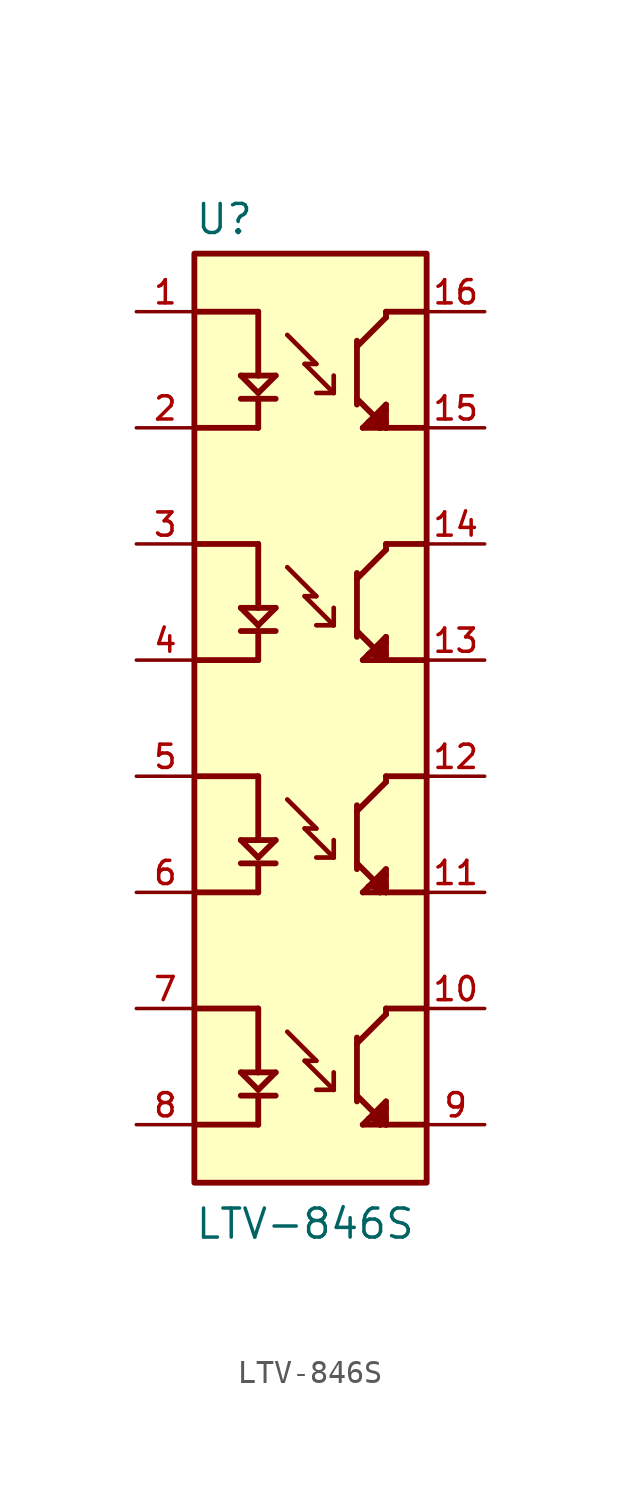
<source format=kicad_sym>
(kicad_symbol_lib
  (version 20241209)
  (generator "kicad_symbol_editor")
  (generator_version "9.0")
  (symbol "LTV-846S"
    (pin_names
      (offset 1.016))
    (property "Reference" "U"
      (at -5.08 21.082 0)
      (effects (font (size 1.27 1.27)) (justify left bottom)))
    (property "Value" "LTV-846S"
      (at -5.08 -22.86 0)
      (effects (font (size 1.27 1.27)) (justify left bottom)))
    (symbol "LTV-846S_0_0"
      (polyline (pts (xy -5.08 17.78) (xy -2.286 17.78)) (stroke (width 0.254) (type default)) (fill (type none)))
      (polyline (pts (xy -5.08 7.62) (xy -2.286 7.62)) (stroke (width 0.254) (type default)) (fill (type none)))
      (polyline (pts (xy -5.08 -2.54) (xy -2.286 -2.54)) (stroke (width 0.254) (type default)) (fill (type none)))
      (polyline (pts (xy -5.08 -12.7) (xy -2.286 -12.7)) (stroke (width 0.254) (type default)) (fill (type none)))
      (rectangle (start -5.08 -20.32) (end 5.08 20.32) (stroke (width 0.254) (type default)) (fill (type background)))
      (polyline (pts (xy -3.048 14.986) (xy -2.286 14.224)) (stroke (width 0.254) (type default)) (fill (type none)))
      (polyline (pts (xy -3.048 13.97) (xy -1.524 13.97)) (stroke (width 0.254) (type default)) (fill (type none)))
      (polyline (pts (xy -3.048 4.826) (xy -2.286 4.064)) (stroke (width 0.254) (type default)) (fill (type none)))
      (polyline (pts (xy -3.048 3.81) (xy -1.524 3.81)) (stroke (width 0.254) (type default)) (fill (type none)))
      (polyline (pts (xy -3.048 -5.334) (xy -2.286 -6.096)) (stroke (width 0.254) (type default)) (fill (type none)))
      (polyline (pts (xy -3.048 -6.35) (xy -1.524 -6.35)) (stroke (width 0.254) (type default)) (fill (type none)))
      (polyline (pts (xy -3.048 -15.494) (xy -2.286 -16.256)) (stroke (width 0.254) (type default)) (fill (type none)))
      (polyline (pts (xy -3.048 -16.51) (xy -1.524 -16.51)) (stroke (width 0.254) (type default)) (fill (type none)))
      (polyline (pts (xy -2.286 17.78) (xy -2.286 14.986)) (stroke (width 0.254) (type default)) (fill (type none)))
      (polyline (pts (xy -2.286 14.986) (xy -3.048 14.986)) (stroke (width 0.254) (type default)) (fill (type none)))
      (polyline (pts (xy -2.286 14.986) (xy -1.524 14.986)) (stroke (width 0.254) (type default)) (fill (type none)))
      (polyline (pts (xy -2.286 14.224) (xy -1.524 14.986)) (stroke (width 0.254) (type default)) (fill (type none)))
      (polyline (pts (xy -2.286 13.97) (xy -2.286 12.7)) (stroke (width 0.254) (type default)) (fill (type none)))
      (polyline (pts (xy -2.286 12.7) (xy -5.08 12.7)) (stroke (width 0.254) (type default)) (fill (type none)))
      (polyline (pts (xy -2.286 7.62) (xy -2.286 4.826)) (stroke (width 0.254) (type default)) (fill (type none)))
      (polyline (pts (xy -2.286 4.826) (xy -3.048 4.826)) (stroke (width 0.254) (type default)) (fill (type none)))
      (polyline (pts (xy -2.286 4.826) (xy -1.524 4.826)) (stroke (width 0.254) (type default)) (fill (type none)))
      (polyline (pts (xy -2.286 4.064) (xy -1.524 4.826)) (stroke (width 0.254) (type default)) (fill (type none)))
      (polyline (pts (xy -2.286 3.81) (xy -2.286 2.54)) (stroke (width 0.254) (type default)) (fill (type none)))
      (polyline (pts (xy -2.286 2.54) (xy -5.08 2.54)) (stroke (width 0.254) (type default)) (fill (type none)))
      (polyline (pts (xy -2.286 -2.54) (xy -2.286 -5.334)) (stroke (width 0.254) (type default)) (fill (type none)))
      (polyline (pts (xy -2.286 -5.334) (xy -3.048 -5.334)) (stroke (width 0.254) (type default)) (fill (type none)))
      (polyline (pts (xy -2.286 -5.334) (xy -1.524 -5.334)) (stroke (width 0.254) (type default)) (fill (type none)))
      (polyline (pts (xy -2.286 -6.096) (xy -1.524 -5.334)) (stroke (width 0.254) (type default)) (fill (type none)))
      (polyline (pts (xy -2.286 -6.35) (xy -2.286 -7.62)) (stroke (width 0.254) (type default)) (fill (type none)))
      (polyline (pts (xy -2.286 -7.62) (xy -5.08 -7.62)) (stroke (width 0.254) (type default)) (fill (type none)))
      (polyline (pts (xy -2.286 -12.7) (xy -2.286 -15.494)) (stroke (width 0.254) (type default)) (fill (type none)))
      (polyline (pts (xy -2.286 -15.494) (xy -3.048 -15.494)) (stroke (width 0.254) (type default)) (fill (type none)))
      (polyline (pts (xy -2.286 -15.494) (xy -1.524 -15.494)) (stroke (width 0.254) (type default)) (fill (type none)))
      (polyline (pts (xy -2.286 -16.256) (xy -1.524 -15.494)) (stroke (width 0.254) (type default)) (fill (type none)))
      (polyline (pts (xy -2.286 -16.51) (xy -2.286 -17.78)) (stroke (width 0.254) (type default)) (fill (type none)))
      (polyline (pts (xy -2.286 -17.78) (xy -5.08 -17.78)) (stroke (width 0.254) (type default)) (fill (type none)))
      (polyline (pts (xy -1.016 16.764) (xy 0.254 15.494)) (stroke (width 0.203) (type default)) (fill (type none)))
      (polyline (pts (xy -1.016 6.604) (xy 0.254 5.334)) (stroke (width 0.203) (type default)) (fill (type none)))
      (polyline (pts (xy -1.016 -3.556) (xy 0.254 -4.826)) (stroke (width 0.203) (type default)) (fill (type none)))
      (polyline (pts (xy -1.016 -13.716) (xy 0.254 -14.986)) (stroke (width 0.203) (type default)) (fill (type none)))
      (polyline (pts (xy -0.254 15.494) (xy 1.016 14.224)) (stroke (width 0.203) (type default)) (fill (type none)))
      (polyline (pts (xy -0.254 5.334) (xy 1.016 4.064)) (stroke (width 0.203) (type default)) (fill (type none)))
      (polyline (pts (xy -0.254 -4.826) (xy 1.016 -6.096)) (stroke (width 0.203) (type default)) (fill (type none)))
      (polyline (pts (xy -0.254 -14.986) (xy 1.016 -16.256)) (stroke (width 0.203) (type default)) (fill (type none)))
      (polyline (pts (xy 0.254 15.494) (xy -0.254 15.494)) (stroke (width 0.203) (type default)) (fill (type none)))
      (polyline (pts (xy 0.254 5.334) (xy -0.254 5.334)) (stroke (width 0.203) (type default)) (fill (type none)))
      (polyline (pts (xy 0.254 -4.826) (xy -0.254 -4.826)) (stroke (width 0.203) (type default)) (fill (type none)))
      (polyline (pts (xy 0.254 -14.986) (xy -0.254 -14.986)) (stroke (width 0.203) (type default)) (fill (type none)))
      (polyline (pts (xy 1.016 14.224) (xy 0.254 14.224)) (stroke (width 0.203) (type default)) (fill (type none)))
      (polyline (pts (xy 1.016 14.224) (xy 1.016 14.986)) (stroke (width 0.203) (type default)) (fill (type none)))
      (polyline (pts (xy 1.016 4.064) (xy 0.254 4.064)) (stroke (width 0.203) (type default)) (fill (type none)))
      (polyline (pts (xy 1.016 4.064) (xy 1.016 4.826)) (stroke (width 0.203) (type default)) (fill (type none)))
      (polyline (pts (xy 1.016 -6.096) (xy 0.254 -6.096)) (stroke (width 0.203) (type default)) (fill (type none)))
      (polyline (pts (xy 1.016 -6.096) (xy 1.016 -5.334)) (stroke (width 0.203) (type default)) (fill (type none)))
      (polyline (pts (xy 1.016 -16.256) (xy 0.254 -16.256)) (stroke (width 0.203) (type default)) (fill (type none)))
      (polyline (pts (xy 1.016 -16.256) (xy 1.016 -15.494)) (stroke (width 0.203) (type default)) (fill (type none)))
      (polyline (pts (xy 2.032 16.256) (xy 2.032 16.51)) (stroke (width 0.254) (type default)) (fill (type none)))
      (polyline (pts (xy 2.032 16.256) (xy 2.032 13.97)) (stroke (width 0.254) (type default)) (fill (type none)))
      (polyline (pts (xy 2.032 13.97) (xy 2.032 13.716)) (stroke (width 0.254) (type default)) (fill (type none)))
      (polyline (pts (xy 2.032 13.97) (xy 3.302 12.7)) (stroke (width 0.254) (type default)) (fill (type none)))
      (polyline (pts (xy 2.032 6.096) (xy 2.032 6.35)) (stroke (width 0.254) (type default)) (fill (type none)))
      (polyline (pts (xy 2.032 6.096) (xy 2.032 3.81)) (stroke (width 0.254) (type default)) (fill (type none)))
      (polyline (pts (xy 2.032 3.81) (xy 2.032 3.556)) (stroke (width 0.254) (type default)) (fill (type none)))
      (polyline (pts (xy 2.032 3.81) (xy 3.302 2.54)) (stroke (width 0.254) (type default)) (fill (type none)))
      (polyline (pts (xy 2.032 -4.064) (xy 2.032 -3.81)) (stroke (width 0.254) (type default)) (fill (type none)))
      (polyline (pts (xy 2.032 -4.064) (xy 2.032 -6.35)) (stroke (width 0.254) (type default)) (fill (type none)))
      (polyline (pts (xy 2.032 -6.35) (xy 2.032 -6.604)) (stroke (width 0.254) (type default)) (fill (type none)))
      (polyline (pts (xy 2.032 -6.35) (xy 3.302 -7.62)) (stroke (width 0.254) (type default)) (fill (type none)))
      (polyline (pts (xy 2.032 -14.224) (xy 2.032 -13.97)) (stroke (width 0.254) (type default)) (fill (type none)))
      (polyline (pts (xy 2.032 -14.224) (xy 2.032 -16.51)) (stroke (width 0.254) (type default)) (fill (type none)))
      (polyline (pts (xy 2.032 -16.51) (xy 2.032 -16.764)) (stroke (width 0.254) (type default)) (fill (type none)))
      (polyline (pts (xy 2.032 -16.51) (xy 3.302 -17.78)) (stroke (width 0.254) (type default)) (fill (type none)))
      (polyline (pts (xy 2.286 12.7) (xy 3.048 12.7)) (stroke (width 0.254) (type default)) (fill (type none)))
      (polyline (pts (xy 2.286 2.54) (xy 3.048 2.54)) (stroke (width 0.254) (type default)) (fill (type none)))
      (polyline (pts (xy 2.286 -7.62) (xy 3.048 -7.62)) (stroke (width 0.254) (type default)) (fill (type none)))
      (polyline (pts (xy 2.286 -17.78) (xy 3.048 -17.78)) (stroke (width 0.254) (type default)) (fill (type none)))
      (polyline (pts (xy 2.54 12.954) (xy 2.286 12.7)) (stroke (width 0.254) (type default)) (fill (type none)))
      (polyline (pts (xy 2.54 12.954) (xy 2.794 12.954)) (stroke (width 0.254) (type default)) (fill (type none)))
      (polyline (pts (xy 2.54 2.794) (xy 2.286 2.54)) (stroke (width 0.254) (type default)) (fill (type none)))
      (polyline (pts (xy 2.54 2.794) (xy 2.794 2.794)) (stroke (width 0.254) (type default)) (fill (type none)))
      (polyline (pts (xy 2.54 -7.366) (xy 2.286 -7.62)) (stroke (width 0.254) (type default)) (fill (type none)))
      (polyline (pts (xy 2.54 -7.366) (xy 2.794 -7.366)) (stroke (width 0.254) (type default)) (fill (type none)))
      (polyline (pts (xy 2.54 -17.526) (xy 2.286 -17.78)) (stroke (width 0.254) (type default)) (fill (type none)))
      (polyline (pts (xy 2.54 -17.526) (xy 2.794 -17.526)) (stroke (width 0.254) (type default)) (fill (type none)))
      (polyline (pts (xy 2.794 12.954) (xy 3.048 12.7)) (stroke (width 0.254) (type default)) (fill (type none)))
      (polyline (pts (xy 2.794 2.794) (xy 3.048 2.54)) (stroke (width 0.254) (type default)) (fill (type none)))
      (polyline (pts (xy 2.794 -7.366) (xy 3.048 -7.62)) (stroke (width 0.254) (type default)) (fill (type none)))
      (polyline (pts (xy 2.794 -17.526) (xy 3.048 -17.78)) (stroke (width 0.254) (type default)) (fill (type none)))
      (polyline (pts (xy 3.048 13.208) (xy 2.794 12.954)) (stroke (width 0.254) (type default)) (fill (type none)))
      (polyline (pts (xy 3.048 13.208) (xy 3.302 13.462)) (stroke (width 0.254) (type default)) (fill (type none)))
      (polyline (pts (xy 3.048 12.7) (xy 3.048 13.208)) (stroke (width 0.254) (type default)) (fill (type none)))
      (polyline (pts (xy 3.048 12.7) (xy 3.302 12.7)) (stroke (width 0.254) (type default)) (fill (type none)))
      (polyline (pts (xy 3.048 3.048) (xy 2.794 2.794)) (stroke (width 0.254) (type default)) (fill (type none)))
      (polyline (pts (xy 3.048 3.048) (xy 3.302 3.302)) (stroke (width 0.254) (type default)) (fill (type none)))
      (polyline (pts (xy 3.048 2.54) (xy 3.048 3.048)) (stroke (width 0.254) (type default)) (fill (type none)))
      (polyline (pts (xy 3.048 2.54) (xy 3.302 2.54)) (stroke (width 0.254) (type default)) (fill (type none)))
      (polyline (pts (xy 3.048 -7.112) (xy 2.794 -7.366)) (stroke (width 0.254) (type default)) (fill (type none)))
      (polyline (pts (xy 3.048 -7.112) (xy 3.302 -6.858)) (stroke (width 0.254) (type default)) (fill (type none)))
      (polyline (pts (xy 3.048 -7.62) (xy 3.048 -7.112)) (stroke (width 0.254) (type default)) (fill (type none)))
      (polyline (pts (xy 3.048 -7.62) (xy 3.302 -7.62)) (stroke (width 0.254) (type default)) (fill (type none)))
      (polyline (pts (xy 3.048 -17.272) (xy 2.794 -17.526)) (stroke (width 0.254) (type default)) (fill (type none)))
      (polyline (pts (xy 3.048 -17.272) (xy 3.302 -17.018)) (stroke (width 0.254) (type default)) (fill (type none)))
      (polyline (pts (xy 3.048 -17.78) (xy 3.048 -17.272)) (stroke (width 0.254) (type default)) (fill (type none)))
      (polyline (pts (xy 3.048 -17.78) (xy 3.302 -17.78)) (stroke (width 0.254) (type default)) (fill (type none)))
      (polyline (pts (xy 3.302 17.78) (xy 3.302 17.526)) (stroke (width 0.254) (type default)) (fill (type none)))
      (polyline (pts (xy 3.302 17.526) (xy 2.032 16.256)) (stroke (width 0.254) (type default)) (fill (type none)))
      (polyline (pts (xy 3.302 13.716) (xy 2.54 12.954)) (stroke (width 0.254) (type default)) (fill (type none)))
      (polyline (pts (xy 3.302 13.462) (xy 3.302 13.716)) (stroke (width 0.254) (type default)) (fill (type none)))
      (polyline (pts (xy 3.302 12.954) (xy 3.048 13.208)) (stroke (width 0.254) (type default)) (fill (type none)))
      (polyline (pts (xy 3.302 12.954) (xy 3.302 13.462)) (stroke (width 0.254) (type default)) (fill (type none)))
      (polyline (pts (xy 3.302 12.7) (xy 3.302 12.954)) (stroke (width 0.254) (type default)) (fill (type none)))
      (polyline (pts (xy 3.302 12.7) (xy 5.08 12.7)) (stroke (width 0.254) (type default)) (fill (type none)))
      (polyline (pts (xy 3.302 7.62) (xy 3.302 7.366)) (stroke (width 0.254) (type default)) (fill (type none)))
      (polyline (pts (xy 3.302 7.366) (xy 2.032 6.096)) (stroke (width 0.254) (type default)) (fill (type none)))
      (polyline (pts (xy 3.302 3.556) (xy 2.54 2.794)) (stroke (width 0.254) (type default)) (fill (type none)))
      (polyline (pts (xy 3.302 3.302) (xy 3.302 3.556)) (stroke (width 0.254) (type default)) (fill (type none)))
      (polyline (pts (xy 3.302 2.794) (xy 3.048 3.048)) (stroke (width 0.254) (type default)) (fill (type none)))
      (polyline (pts (xy 3.302 2.794) (xy 3.302 3.302)) (stroke (width 0.254) (type default)) (fill (type none)))
      (polyline (pts (xy 3.302 2.54) (xy 3.302 2.794)) (stroke (width 0.254) (type default)) (fill (type none)))
      (polyline (pts (xy 3.302 2.54) (xy 5.08 2.54)) (stroke (width 0.254) (type default)) (fill (type none)))
      (polyline (pts (xy 3.302 -2.54) (xy 3.302 -2.794)) (stroke (width 0.254) (type default)) (fill (type none)))
      (polyline (pts (xy 3.302 -2.794) (xy 2.032 -4.064)) (stroke (width 0.254) (type default)) (fill (type none)))
      (polyline (pts (xy 3.302 -6.604) (xy 2.54 -7.366)) (stroke (width 0.254) (type default)) (fill (type none)))
      (polyline (pts (xy 3.302 -6.858) (xy 3.302 -6.604)) (stroke (width 0.254) (type default)) (fill (type none)))
      (polyline (pts (xy 3.302 -7.366) (xy 3.048 -7.112)) (stroke (width 0.254) (type default)) (fill (type none)))
      (polyline (pts (xy 3.302 -7.366) (xy 3.302 -6.858)) (stroke (width 0.254) (type default)) (fill (type none)))
      (polyline (pts (xy 3.302 -7.62) (xy 3.302 -7.366)) (stroke (width 0.254) (type default)) (fill (type none)))
      (polyline (pts (xy 3.302 -7.62) (xy 5.08 -7.62)) (stroke (width 0.254) (type default)) (fill (type none)))
      (polyline (pts (xy 3.302 -12.7) (xy 3.302 -12.954)) (stroke (width 0.254) (type default)) (fill (type none)))
      (polyline (pts (xy 3.302 -12.954) (xy 2.032 -14.224)) (stroke (width 0.254) (type default)) (fill (type none)))
      (polyline (pts (xy 3.302 -16.764) (xy 2.54 -17.526)) (stroke (width 0.254) (type default)) (fill (type none)))
      (polyline (pts (xy 3.302 -17.018) (xy 3.302 -16.764)) (stroke (width 0.254) (type default)) (fill (type none)))
      (polyline (pts (xy 3.302 -17.526) (xy 3.048 -17.272)) (stroke (width 0.254) (type default)) (fill (type none)))
      (polyline (pts (xy 3.302 -17.526) (xy 3.302 -17.018)) (stroke (width 0.254) (type default)) (fill (type none)))
      (polyline (pts (xy 3.302 -17.78) (xy 3.302 -17.526)) (stroke (width 0.254) (type default)) (fill (type none)))
      (polyline (pts (xy 3.302 -17.78) (xy 5.08 -17.78)) (stroke (width 0.254) (type default)) (fill (type none)))
      (polyline (pts (xy 5.08 17.78) (xy 3.302 17.78)) (stroke (width 0.254) (type default)) (fill (type none)))
      (polyline (pts (xy 5.08 7.62) (xy 3.302 7.62)) (stroke (width 0.254) (type default)) (fill (type none)))
      (polyline (pts (xy 5.08 -2.54) (xy 3.302 -2.54)) (stroke (width 0.254) (type default)) (fill (type none)))
      (polyline (pts (xy 5.08 -12.7) (xy 3.302 -12.7)) (stroke (width 0.254) (type default)) (fill (type none)))
      (pin passive line (at -7.62 17.78 0) (length 2.54) (name "~" (effects (font (size 1.016 1.016)))) (number "1" (effects (font (size 1.016 1.016)))))
      (pin passive line (at -7.62 12.7 0) (length 2.54) (name "~" (effects (font (size 1.016 1.016)))) (number "2" (effects (font (size 1.016 1.016)))))
      (pin passive line (at -7.62 7.62 0) (length 2.54) (name "~" (effects (font (size 1.016 1.016)))) (number "3" (effects (font (size 1.016 1.016)))))
      (pin passive line (at -7.62 2.54 0) (length 2.54) (name "~" (effects (font (size 1.016 1.016)))) (number "4" (effects (font (size 1.016 1.016)))))
      (pin passive line (at -7.62 -2.54 0) (length 2.54) (name "~" (effects (font (size 1.016 1.016)))) (number "5" (effects (font (size 1.016 1.016)))))
      (pin passive line (at -7.62 -7.62 0) (length 2.54) (name "~" (effects (font (size 1.016 1.016)))) (number "6" (effects (font (size 1.016 1.016)))))
      (pin passive line (at -7.62 -12.7 0) (length 2.54) (name "~" (effects (font (size 1.016 1.016)))) (number "7" (effects (font (size 1.016 1.016)))))
      (pin passive line (at -7.62 -17.78 0) (length 2.54) (name "~" (effects (font (size 1.016 1.016)))) (number "8" (effects (font (size 1.016 1.016)))))
      (pin passive line (at 7.62 17.78 180) (length 2.54) (name "~" (effects (font (size 1.016 1.016)))) (number "16" (effects (font (size 1.016 1.016)))))
      (pin passive line (at 7.62 12.7 180) (length 2.54) (name "~" (effects (font (size 1.016 1.016)))) (number "15" (effects (font (size 1.016 1.016)))))
      (pin passive line (at 7.62 7.62 180) (length 2.54) (name "~" (effects (font (size 1.016 1.016)))) (number "14" (effects (font (size 1.016 1.016)))))
      (pin passive line (at 7.62 2.54 180) (length 2.54) (name "~" (effects (font (size 1.016 1.016)))) (number "13" (effects (font (size 1.016 1.016)))))
      (pin passive line (at 7.62 -2.54 180) (length 2.54) (name "~" (effects (font (size 1.016 1.016)))) (number "12" (effects (font (size 1.016 1.016)))))
      (pin passive line (at 7.62 -7.62 180) (length 2.54) (name "~" (effects (font (size 1.016 1.016)))) (number "11" (effects (font (size 1.016 1.016)))))
      (pin passive line (at 7.62 -12.7 180) (length 2.54) (name "~" (effects (font (size 1.016 1.016)))) (number "10" (effects (font (size 1.016 1.016)))))
      (pin passive line (at 7.62 -17.78 180) (length 2.54) (name "~" (effects (font (size 1.016 1.016)))) (number "9" (effects (font (size 1.016 1.016))))))))
</source>
